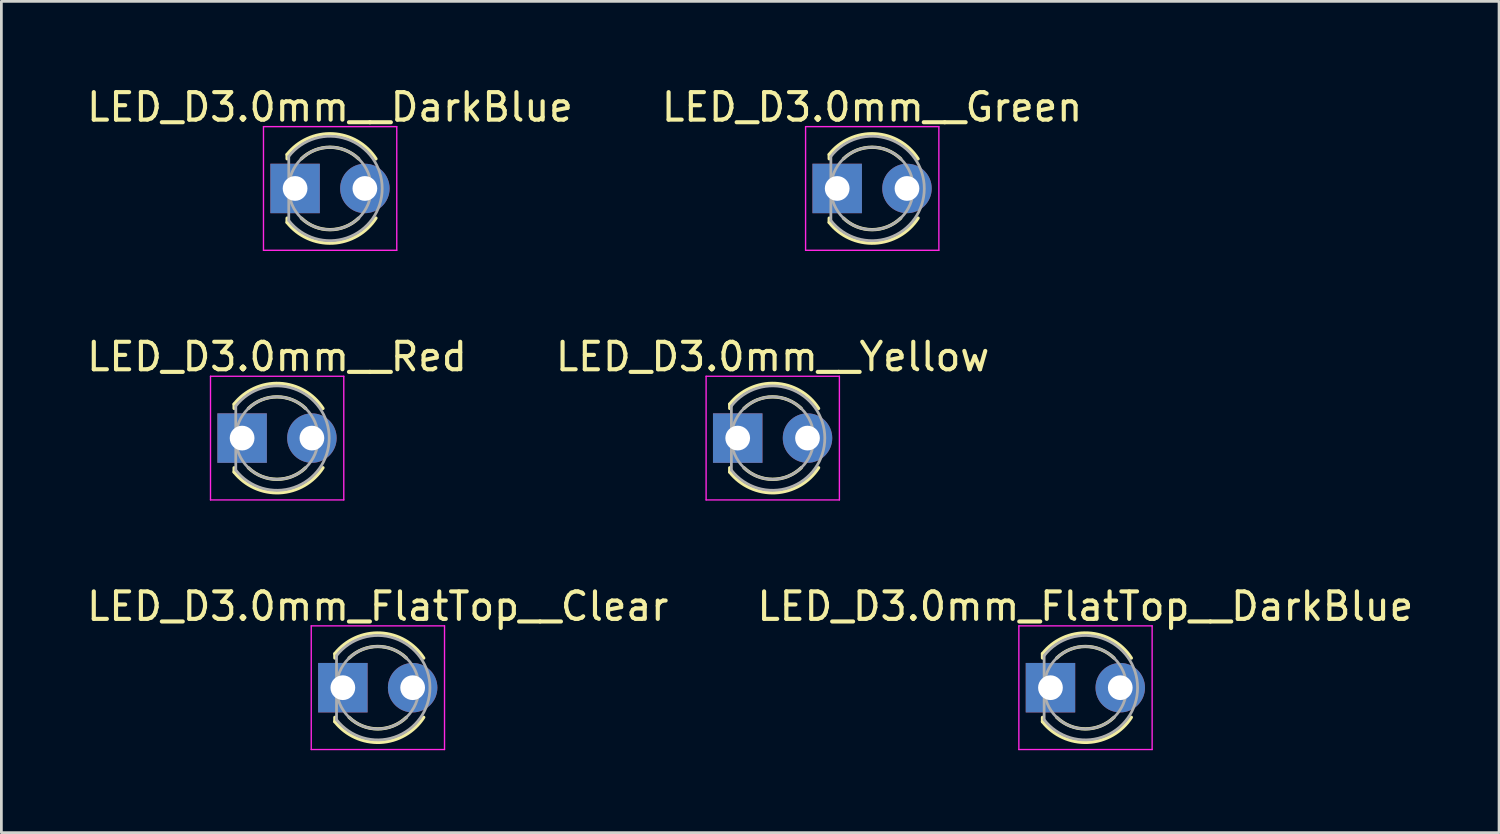
<source format=kicad_pcb>
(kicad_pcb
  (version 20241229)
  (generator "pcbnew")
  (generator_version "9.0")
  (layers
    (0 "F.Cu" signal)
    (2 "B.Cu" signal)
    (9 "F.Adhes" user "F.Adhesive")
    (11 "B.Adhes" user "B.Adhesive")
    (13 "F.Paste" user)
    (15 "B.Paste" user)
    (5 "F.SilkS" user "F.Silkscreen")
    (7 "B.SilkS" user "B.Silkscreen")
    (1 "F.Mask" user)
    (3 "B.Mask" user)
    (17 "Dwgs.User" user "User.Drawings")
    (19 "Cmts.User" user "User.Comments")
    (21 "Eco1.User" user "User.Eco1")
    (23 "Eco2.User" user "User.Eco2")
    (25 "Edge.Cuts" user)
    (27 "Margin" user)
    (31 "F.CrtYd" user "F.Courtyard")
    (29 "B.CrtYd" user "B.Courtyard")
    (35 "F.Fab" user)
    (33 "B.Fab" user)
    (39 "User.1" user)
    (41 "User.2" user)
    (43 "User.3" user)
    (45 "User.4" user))
  (footprint "LED_D3.0mm_FlatTop__DarkBlue"
    (layer "F.Cu")
    (at 35.176 21.975)
    (property "Reference" "LED_D3.0mm_FlatTop__DarkBlue" (at 1.27 -2.96 0) (layer "F.SilkS") (effects (font (size 1 1) (thickness 0.15))))
    (attr through_hole)
    (fp_line (start -0.29 -1.236) (end -0.29 -1.08) (stroke (width 0.12) (type solid)) (layer "F.SilkS"))
    (fp_line (start -0.29 1.08) (end -0.29 1.236) (stroke (width 0.12) (type solid)) (layer "F.SilkS"))
    (fp_arc (start -0.29 -1.235516) (mid 1.366487 -1.987659) (end 2.942335 -1.078608) (stroke (width 0.12) (type solid)) (layer "F.SilkS"))
    (fp_arc (start 0.229039 -1.08) (mid 1.270117 -1.5) (end 2.31113 -1.079837) (stroke (width 0.12) (type solid)) (layer "F.SilkS"))
    (fp_arc (start 2.31113 1.079837) (mid 1.270117 1.5) (end 0.229039 1.08) (stroke (width 0.12) (type solid)) (layer "F.SilkS"))
    (fp_arc (start 2.942335 1.078608) (mid 1.366487 1.987659) (end -0.29 1.235516) (stroke (width 0.12) (type solid)) (layer "F.SilkS"))
    (fp_line (start -1.15 -2.25) (end -1.15 2.25) (stroke (width 0.05) (type solid)) (layer "F.CrtYd"))
    (fp_line (start -1.15 2.25) (end 3.7 2.25) (stroke (width 0.05) (type solid)) (layer "F.CrtYd"))
    (fp_line (start 3.7 -2.25) (end -1.15 -2.25) (stroke (width 0.05) (type solid)) (layer "F.CrtYd"))
    (fp_line (start 3.7 2.25) (end 3.7 -2.25) (stroke (width 0.05) (type solid)) (layer "F.CrtYd"))
    (fp_line (start -0.23 -1.166) (end -0.23 1.166) (stroke (width 0.1) (type solid)) (layer "F.Fab"))
    (fp_arc (start -0.23 -1.16619) (mid 3.17 0.000452) (end -0.230555 1.165476) (stroke (width 0.1) (type solid)) (layer "F.Fab"))
    (fp_circle (center 1.27 0) (end 2.77 0) (stroke (width 0.1) (type solid)) (fill no) (layer "F.Fab"))
    (pad "1" thru_hole rect (at 0 0) (size 1.8 1.8) (drill 0.9) (layers "*.Cu" "*.Mask"))
    (pad "2" thru_hole circle (at 2.54 0) (size 1.8 1.8) (drill 0.9) (layers "*.Cu" "*.Mask")))
  (footprint "LED_D3.0mm__Yellow"
    (layer "F.Cu")
    (at 23.795 12.892)
    (property "Reference" "LED_D3.0mm__Yellow" (at 1.27 -2.96 0) (layer "F.SilkS") (effects (font (size 1 1) (thickness 0.15))))
    (attr through_hole)
    (fp_line (start -0.29 -1.236) (end -0.29 -1.08) (stroke (width 0.12) (type solid)) (layer "F.SilkS"))
    (fp_line (start -0.29 1.08) (end -0.29 1.236) (stroke (width 0.12) (type solid)) (layer "F.SilkS"))
    (fp_arc (start -0.29 -1.235516) (mid 1.366487 -1.987659) (end 2.942335 -1.078608) (stroke (width 0.12) (type solid)) (layer "F.SilkS"))
    (fp_arc (start 0.229039 -1.08) (mid 1.270117 -1.5) (end 2.31113 -1.079837) (stroke (width 0.12) (type solid)) (layer "F.SilkS"))
    (fp_arc (start 2.31113 1.079837) (mid 1.270117 1.5) (end 0.229039 1.08) (stroke (width 0.12) (type solid)) (layer "F.SilkS"))
    (fp_arc (start 2.942335 1.078608) (mid 1.366487 1.987659) (end -0.29 1.235516) (stroke (width 0.12) (type solid)) (layer "F.SilkS"))
    (fp_line (start -1.15 -2.25) (end -1.15 2.25) (stroke (width 0.05) (type solid)) (layer "F.CrtYd"))
    (fp_line (start -1.15 2.25) (end 3.7 2.25) (stroke (width 0.05) (type solid)) (layer "F.CrtYd"))
    (fp_line (start 3.7 -2.25) (end -1.15 -2.25) (stroke (width 0.05) (type solid)) (layer "F.CrtYd"))
    (fp_line (start 3.7 2.25) (end 3.7 -2.25) (stroke (width 0.05) (type solid)) (layer "F.CrtYd"))
    (fp_line (start -0.23 -1.166) (end -0.23 1.166) (stroke (width 0.1) (type solid)) (layer "F.Fab"))
    (fp_arc (start -0.23 -1.16619) (mid 3.17 0.000452) (end -0.230555 1.165476) (stroke (width 0.1) (type solid)) (layer "F.Fab"))
    (fp_circle (center 1.27 0) (end 2.77 0) (stroke (width 0.1) (type solid)) (fill no) (layer "F.Fab"))
    (pad "1" thru_hole rect (at 0 0) (size 1.8 1.8) (drill 0.9) (layers "*.Cu" "*.Mask"))
    (pad "2" thru_hole circle (at 2.54 0) (size 1.8 1.8) (drill 0.9) (layers "*.Cu" "*.Mask")))
  (footprint "LED_D3.0mm__DarkBlue"
    (layer "F.Cu")
    (at 7.688 3.808)
    (property "Reference" "LED_D3.0mm__DarkBlue" (at 1.27 -2.96 0) (layer "F.SilkS") (effects (font (size 1 1) (thickness 0.15))))
    (attr through_hole)
    (fp_line (start -0.29 -1.236) (end -0.29 -1.08) (stroke (width 0.12) (type solid)) (layer "F.SilkS"))
    (fp_line (start -0.29 1.08) (end -0.29 1.236) (stroke (width 0.12) (type solid)) (layer "F.SilkS"))
    (fp_arc (start -0.29 -1.235516) (mid 1.366487 -1.987659) (end 2.942335 -1.078608) (stroke (width 0.12) (type solid)) (layer "F.SilkS"))
    (fp_arc (start 0.229039 -1.08) (mid 1.270117 -1.5) (end 2.31113 -1.079837) (stroke (width 0.12) (type solid)) (layer "F.SilkS"))
    (fp_arc (start 2.31113 1.079837) (mid 1.270117 1.5) (end 0.229039 1.08) (stroke (width 0.12) (type solid)) (layer "F.SilkS"))
    (fp_arc (start 2.942335 1.078608) (mid 1.366487 1.987659) (end -0.29 1.235516) (stroke (width 0.12) (type solid)) (layer "F.SilkS"))
    (fp_line (start -1.15 -2.25) (end -1.15 2.25) (stroke (width 0.05) (type solid)) (layer "F.CrtYd"))
    (fp_line (start -1.15 2.25) (end 3.7 2.25) (stroke (width 0.05) (type solid)) (layer "F.CrtYd"))
    (fp_line (start 3.7 -2.25) (end -1.15 -2.25) (stroke (width 0.05) (type solid)) (layer "F.CrtYd"))
    (fp_line (start 3.7 2.25) (end 3.7 -2.25) (stroke (width 0.05) (type solid)) (layer "F.CrtYd"))
    (fp_line (start -0.23 -1.166) (end -0.23 1.166) (stroke (width 0.1) (type solid)) (layer "F.Fab"))
    (fp_arc (start -0.23 -1.16619) (mid 3.17 0.000452) (end -0.230555 1.165476) (stroke (width 0.1) (type solid)) (layer "F.Fab"))
    (fp_circle (center 1.27 0) (end 2.77 0) (stroke (width 0.1) (type solid)) (fill no) (layer "F.Fab"))
    (pad "1" thru_hole rect (at 0 0) (size 1.8 1.8) (drill 0.9) (layers "*.Cu" "*.Mask"))
    (pad "2" thru_hole circle (at 2.54 0) (size 1.8 1.8) (drill 0.9) (layers "*.Cu" "*.Mask")))
  (footprint "LED_D3.0mm__Red"
    (layer "F.Cu")
    (at 5.76 12.892)
    (property "Reference" "LED_D3.0mm__Red" (at 1.27 -2.96 0) (layer "F.SilkS") (effects (font (size 1 1) (thickness 0.15))))
    (attr through_hole)
    (fp_line (start -0.29 -1.236) (end -0.29 -1.08) (stroke (width 0.12) (type solid)) (layer "F.SilkS"))
    (fp_line (start -0.29 1.08) (end -0.29 1.236) (stroke (width 0.12) (type solid)) (layer "F.SilkS"))
    (fp_arc (start -0.29 -1.235516) (mid 1.366487 -1.987659) (end 2.942335 -1.078608) (stroke (width 0.12) (type solid)) (layer "F.SilkS"))
    (fp_arc (start 0.229039 -1.08) (mid 1.270117 -1.5) (end 2.31113 -1.079837) (stroke (width 0.12) (type solid)) (layer "F.SilkS"))
    (fp_arc (start 2.31113 1.079837) (mid 1.270117 1.5) (end 0.229039 1.08) (stroke (width 0.12) (type solid)) (layer "F.SilkS"))
    (fp_arc (start 2.942335 1.078608) (mid 1.366487 1.987659) (end -0.29 1.235516) (stroke (width 0.12) (type solid)) (layer "F.SilkS"))
    (fp_line (start -1.15 -2.25) (end -1.15 2.25) (stroke (width 0.05) (type solid)) (layer "F.CrtYd"))
    (fp_line (start -1.15 2.25) (end 3.7 2.25) (stroke (width 0.05) (type solid)) (layer "F.CrtYd"))
    (fp_line (start 3.7 -2.25) (end -1.15 -2.25) (stroke (width 0.05) (type solid)) (layer "F.CrtYd"))
    (fp_line (start 3.7 2.25) (end 3.7 -2.25) (stroke (width 0.05) (type solid)) (layer "F.CrtYd"))
    (fp_line (start -0.23 -1.166) (end -0.23 1.166) (stroke (width 0.1) (type solid)) (layer "F.Fab"))
    (fp_arc (start -0.23 -1.16619) (mid 3.17 0.000452) (end -0.230555 1.165476) (stroke (width 0.1) (type solid)) (layer "F.Fab"))
    (fp_circle (center 1.27 0) (end 2.77 0) (stroke (width 0.1) (type solid)) (fill no) (layer "F.Fab"))
    (pad "1" thru_hole rect (at 0 0) (size 1.8 1.8) (drill 0.9) (layers "*.Cu" "*.Mask"))
    (pad "2" thru_hole circle (at 2.54 0) (size 1.8 1.8) (drill 0.9) (layers "*.Cu" "*.Mask")))
  (footprint "LED_D3.0mm__Green"
    (layer "F.Cu")
    (at 27.415 3.808)
    (property "Reference" "LED_D3.0mm__Green" (at 1.27 -2.96 0) (layer "F.SilkS") (effects (font (size 1 1) (thickness 0.15))))
    (attr through_hole)
    (fp_line (start -0.29 -1.236) (end -0.29 -1.08) (stroke (width 0.12) (type solid)) (layer "F.SilkS"))
    (fp_line (start -0.29 1.08) (end -0.29 1.236) (stroke (width 0.12) (type solid)) (layer "F.SilkS"))
    (fp_arc (start -0.29 -1.235516) (mid 1.366487 -1.987659) (end 2.942335 -1.078608) (stroke (width 0.12) (type solid)) (layer "F.SilkS"))
    (fp_arc (start 0.229039 -1.08) (mid 1.270117 -1.5) (end 2.31113 -1.079837) (stroke (width 0.12) (type solid)) (layer "F.SilkS"))
    (fp_arc (start 2.31113 1.079837) (mid 1.270117 1.5) (end 0.229039 1.08) (stroke (width 0.12) (type solid)) (layer "F.SilkS"))
    (fp_arc (start 2.942335 1.078608) (mid 1.366487 1.987659) (end -0.29 1.235516) (stroke (width 0.12) (type solid)) (layer "F.SilkS"))
    (fp_line (start -1.15 -2.25) (end -1.15 2.25) (stroke (width 0.05) (type solid)) (layer "F.CrtYd"))
    (fp_line (start -1.15 2.25) (end 3.7 2.25) (stroke (width 0.05) (type solid)) (layer "F.CrtYd"))
    (fp_line (start 3.7 -2.25) (end -1.15 -2.25) (stroke (width 0.05) (type solid)) (layer "F.CrtYd"))
    (fp_line (start 3.7 2.25) (end 3.7 -2.25) (stroke (width 0.05) (type solid)) (layer "F.CrtYd"))
    (fp_line (start -0.23 -1.166) (end -0.23 1.166) (stroke (width 0.1) (type solid)) (layer "F.Fab"))
    (fp_arc (start -0.23 -1.16619) (mid 3.17 0.000452) (end -0.230555 1.165476) (stroke (width 0.1) (type solid)) (layer "F.Fab"))
    (fp_circle (center 1.27 0) (end 2.77 0) (stroke (width 0.1) (type solid)) (fill no) (layer "F.Fab"))
    (pad "1" thru_hole rect (at 0 0) (size 1.8 1.8) (drill 0.9) (layers "*.Cu" "*.Mask"))
    (pad "2" thru_hole circle (at 2.54 0) (size 1.8 1.8) (drill 0.9) (layers "*.Cu" "*.Mask")))
  (footprint "LED_D3.0mm_FlatTop__Clear"
    (layer "F.Cu")
    (at 9.426 21.975)
    (property "Reference" "LED_D3.0mm_FlatTop__Clear" (at 1.27 -2.96 0) (layer "F.SilkS") (effects (font (size 1 1) (thickness 0.15))))
    (attr through_hole)
    (fp_line (start -0.29 -1.236) (end -0.29 -1.08) (stroke (width 0.12) (type solid)) (layer "F.SilkS"))
    (fp_line (start -0.29 1.08) (end -0.29 1.236) (stroke (width 0.12) (type solid)) (layer "F.SilkS"))
    (fp_arc (start -0.29 -1.235516) (mid 1.366487 -1.987659) (end 2.942335 -1.078608) (stroke (width 0.12) (type solid)) (layer "F.SilkS"))
    (fp_arc (start 0.229039 -1.08) (mid 1.270117 -1.5) (end 2.31113 -1.079837) (stroke (width 0.12) (type solid)) (layer "F.SilkS"))
    (fp_arc (start 2.31113 1.079837) (mid 1.270117 1.5) (end 0.229039 1.08) (stroke (width 0.12) (type solid)) (layer "F.SilkS"))
    (fp_arc (start 2.942335 1.078608) (mid 1.366487 1.987659) (end -0.29 1.235516) (stroke (width 0.12) (type solid)) (layer "F.SilkS"))
    (fp_line (start -1.15 -2.25) (end -1.15 2.25) (stroke (width 0.05) (type solid)) (layer "F.CrtYd"))
    (fp_line (start -1.15 2.25) (end 3.7 2.25) (stroke (width 0.05) (type solid)) (layer "F.CrtYd"))
    (fp_line (start 3.7 -2.25) (end -1.15 -2.25) (stroke (width 0.05) (type solid)) (layer "F.CrtYd"))
    (fp_line (start 3.7 2.25) (end 3.7 -2.25) (stroke (width 0.05) (type solid)) (layer "F.CrtYd"))
    (fp_line (start -0.23 -1.166) (end -0.23 1.166) (stroke (width 0.1) (type solid)) (layer "F.Fab"))
    (fp_arc (start -0.23 -1.16619) (mid 3.17 0.000452) (end -0.230555 1.165476) (stroke (width 0.1) (type solid)) (layer "F.Fab"))
    (fp_circle (center 1.27 0) (end 2.77 0) (stroke (width 0.1) (type solid)) (fill no) (layer "F.Fab"))
    (pad "1" thru_hole rect (at 0 0) (size 1.8 1.8) (drill 0.9) (layers "*.Cu" "*.Mask"))
    (pad "2" thru_hole circle (at 2.54 0) (size 1.8 1.8) (drill 0.9) (layers "*.Cu" "*.Mask")))
  (gr_rect
    (start -3 -3)
    (end 51.5 27.25)
    (stroke (width 0.1) (type default))
    (fill no)
    (layer "Edge.Cuts")))
</source>
